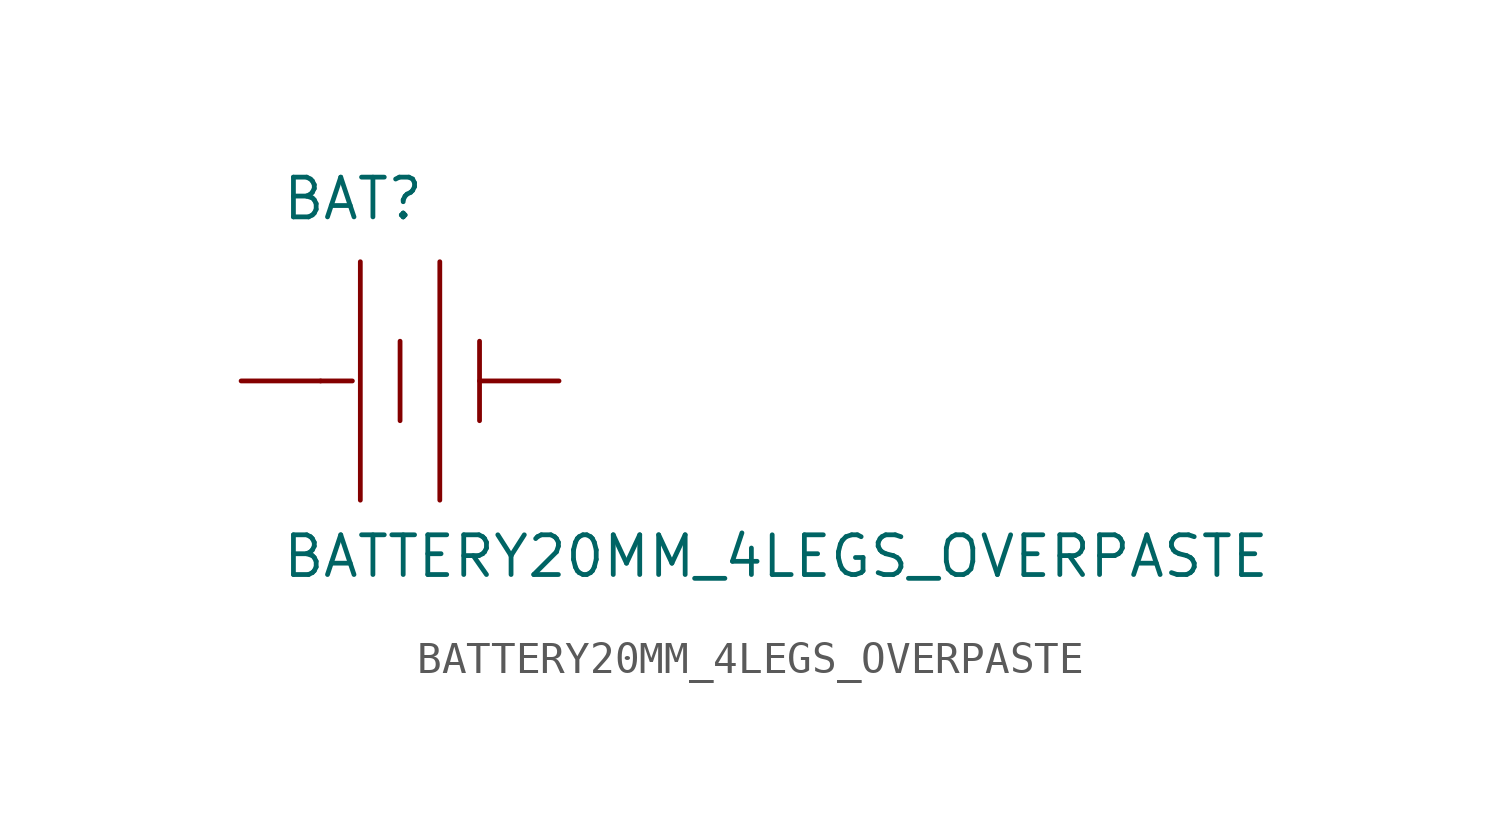
<source format=kicad_sym>
(kicad_symbol_lib
  (version 20211014)
  (generator kicad_symbol_editor)
  (symbol "BATTERY20MM_4LEGS_OVERPASTE"
    (pin_numbers hide)
    (pin_names
      (offset 1.016) hide)
    (property "Reference" "BAT"
      (at -3.81 5.08 0)
      (effects (font (size 1.27 1.27)) (justify left bottom)))
    (property "Value" "BATTERY20MM_4LEGS_OVERPASTE"
      (at -3.81 -6.35 0)
      (effects (font (size 1.27 1.27)) (justify left bottom)))
    (property "ki_locked" ""
      (at 0 0 0)
      (effects (font (size 1.27 1.27))))
    (symbol "BATTERY20MM_4LEGS_OVERPASTE_1_0"
      (polyline (pts (xy -2.54 0) (xy -1.524 0)) (stroke (width 0) (type default) (color 0 0 0 0)) (fill (type none)))
      (polyline (pts (xy -1.27 3.81) (xy -1.27 -3.81)) (stroke (width 0) (type default) (color 0 0 0 0)) (fill (type none)))
      (polyline (pts (xy 0 1.27) (xy 0 -1.27)) (stroke (width 0) (type default) (color 0 0 0 0)) (fill (type none)))
      (polyline (pts (xy 1.27 3.81) (xy 1.27 -3.81)) (stroke (width 0) (type default) (color 0 0 0 0)) (fill (type none)))
      (polyline (pts (xy 2.54 1.27) (xy 2.54 -1.27)) (stroke (width 0) (type default) (color 0 0 0 0)) (fill (type none))))
    (symbol "BATTERY20MM_4LEGS_OVERPASTE_1_1"
      (pin power_in line (at -5.08 0 0) (length 2.54) (name "+" (effects (font (size 1.016 1.016)))) (number "1" (effects (font (size 1.016 1.016)))))
      (pin power_in line (at 5.08 0 180) (length 2.54) (name "-" (effects (font (size 1.016 1.016)))) (number "2" (effects (font (size 1.016 1.016))))))))
</source>
